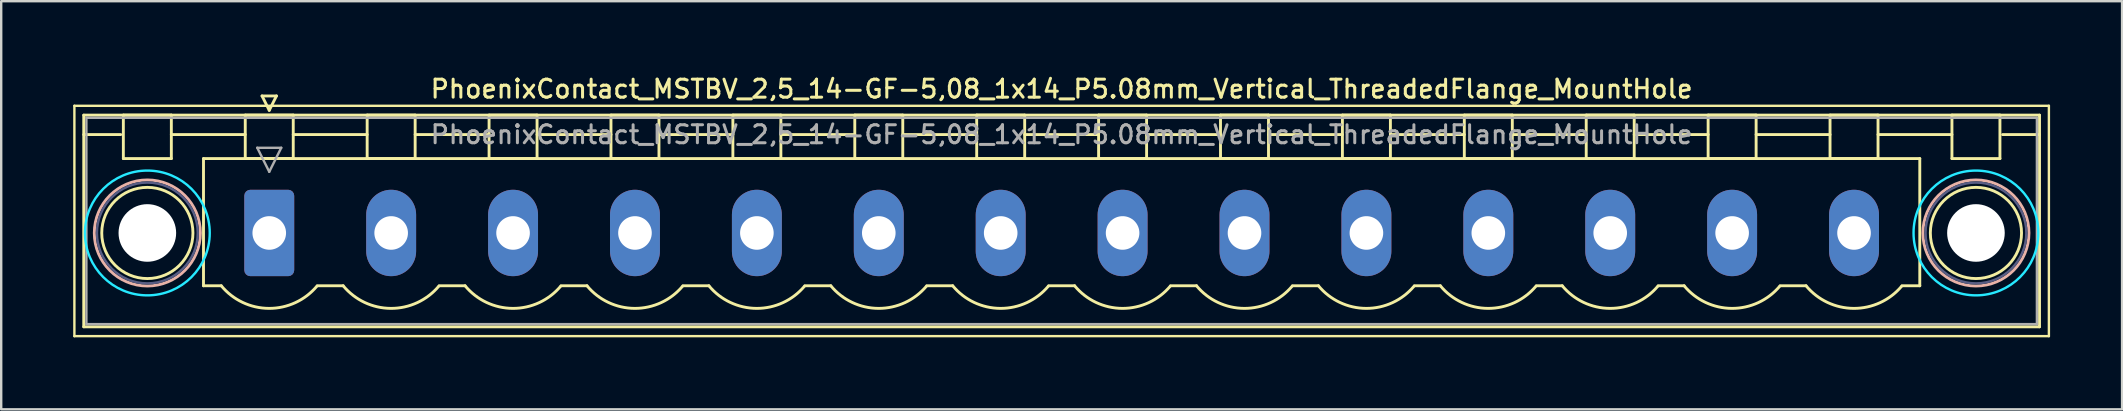
<source format=kicad_pcb>
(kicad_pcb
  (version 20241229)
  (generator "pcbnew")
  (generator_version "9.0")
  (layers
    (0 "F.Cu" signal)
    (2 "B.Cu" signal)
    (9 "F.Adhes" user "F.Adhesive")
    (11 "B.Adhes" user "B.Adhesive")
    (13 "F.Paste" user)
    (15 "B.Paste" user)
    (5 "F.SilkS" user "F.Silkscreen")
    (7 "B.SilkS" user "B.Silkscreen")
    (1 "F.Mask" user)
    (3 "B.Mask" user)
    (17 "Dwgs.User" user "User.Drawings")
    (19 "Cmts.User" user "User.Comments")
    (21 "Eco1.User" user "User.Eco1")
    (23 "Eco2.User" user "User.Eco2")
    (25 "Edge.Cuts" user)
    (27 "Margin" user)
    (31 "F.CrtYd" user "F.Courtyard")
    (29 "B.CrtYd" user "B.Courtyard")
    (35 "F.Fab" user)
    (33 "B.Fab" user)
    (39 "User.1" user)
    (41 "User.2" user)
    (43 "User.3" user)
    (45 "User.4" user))
  (footprint "PhoenixContact_MSTBV_2,5_14-GF-5,08_1x14_P5.08mm_Vertical_ThreadedFlange_MountHole"
    (layer "F.Cu")
    (at 8.17 6.658)
    (property "Reference" "PhoenixContact_MSTBV_2,5_14-GF-5,08_1x14_P5.08mm_Vertical_ThreadedFlange_MountHole" (at 33.02 -6 0) (layer "F.SilkS") (effects (font (size 0.75 0.75) (thickness 0.125))))
    (attr through_hole)
    (fp_line (start -8.12 -5.3) (end -8.12 4.3) (stroke (width 0.1) (type solid)) (layer "F.SilkS"))
    (fp_line (start -8.12 4.3) (end 74.16 4.3) (stroke (width 0.1) (type solid)) (layer "F.SilkS"))
    (fp_line (start -7.73 -4.91) (end -7.73 3.91) (stroke (width 0.12) (type solid)) (layer "F.SilkS"))
    (fp_line (start -7.73 -4.1) (end -6.19 -4.1) (stroke (width 0.12) (type solid)) (layer "F.SilkS"))
    (fp_line (start -7.73 3.91) (end 73.77 3.91) (stroke (width 0.12) (type solid)) (layer "F.SilkS"))
    (fp_line (start -6.08 -4.91) (end -4.08 -4.91) (stroke (width 0.12) (type solid)) (layer "F.SilkS"))
    (fp_line (start -6.08 -3.1) (end -6.08 -4.91) (stroke (width 0.12) (type solid)) (layer "F.SilkS"))
    (fp_line (start -4.08 -4.91) (end -4.08 -3.1) (stroke (width 0.12) (type solid)) (layer "F.SilkS"))
    (fp_line (start -4.08 -4.1) (end -1 -4.1) (stroke (width 0.12) (type solid)) (layer "F.SilkS"))
    (fp_line (start -4.08 -3.1) (end -6.08 -3.1) (stroke (width 0.12) (type solid)) (layer "F.SilkS"))
    (fp_line (start -2.74 -3.1) (end 68.78 -3.1) (stroke (width 0.12) (type solid)) (layer "F.SilkS"))
    (fp_line (start -2.74 2.2) (end -2.74 -3.1) (stroke (width 0.12) (type solid)) (layer "F.SilkS"))
    (fp_line (start -2 2.2) (end -2.74 2.2) (stroke (width 0.12) (type solid)) (layer "F.SilkS"))
    (fp_line (start -1 -4.91) (end 1 -4.91) (stroke (width 0.12) (type solid)) (layer "F.SilkS"))
    (fp_line (start -1 -3.1) (end -1 -4.91) (stroke (width 0.12) (type solid)) (layer "F.SilkS"))
    (fp_line (start -0.3 -5.71) (end 0.3 -5.71) (stroke (width 0.12) (type solid)) (layer "F.SilkS"))
    (fp_line (start 0 -5.11) (end -0.3 -5.71) (stroke (width 0.12) (type solid)) (layer "F.SilkS"))
    (fp_line (start 0.3 -5.71) (end 0 -5.11) (stroke (width 0.12) (type solid)) (layer "F.SilkS"))
    (fp_line (start 1 -4.91) (end 1 -3.1) (stroke (width 0.12) (type solid)) (layer "F.SilkS"))
    (fp_line (start 1 -4.1) (end 4.08 -4.1) (stroke (width 0.12) (type solid)) (layer "F.SilkS"))
    (fp_line (start 1 -3.1) (end -1 -3.1) (stroke (width 0.12) (type solid)) (layer "F.SilkS"))
    (fp_line (start 2 2.2) (end 3.08 2.2) (stroke (width 0.12) (type solid)) (layer "F.SilkS"))
    (fp_line (start 4.08 -4.91) (end 6.08 -4.91) (stroke (width 0.12) (type solid)) (layer "F.SilkS"))
    (fp_line (start 4.08 -3.1) (end 4.08 -4.91) (stroke (width 0.12) (type solid)) (layer "F.SilkS"))
    (fp_line (start 6.08 -4.91) (end 6.08 -3.1) (stroke (width 0.12) (type solid)) (layer "F.SilkS"))
    (fp_line (start 6.08 -4.1) (end 9.16 -4.1) (stroke (width 0.12) (type solid)) (layer "F.SilkS"))
    (fp_line (start 6.08 -3.1) (end 4.08 -3.1) (stroke (width 0.12) (type solid)) (layer "F.SilkS"))
    (fp_line (start 7.08 2.2) (end 8.16 2.2) (stroke (width 0.12) (type solid)) (layer "F.SilkS"))
    (fp_line (start 9.16 -4.91) (end 11.16 -4.91) (stroke (width 0.12) (type solid)) (layer "F.SilkS"))
    (fp_line (start 9.16 -3.1) (end 9.16 -4.91) (stroke (width 0.12) (type solid)) (layer "F.SilkS"))
    (fp_line (start 11.16 -4.91) (end 11.16 -3.1) (stroke (width 0.12) (type solid)) (layer "F.SilkS"))
    (fp_line (start 11.16 -4.1) (end 14.24 -4.1) (stroke (width 0.12) (type solid)) (layer "F.SilkS"))
    (fp_line (start 11.16 -3.1) (end 9.16 -3.1) (stroke (width 0.12) (type solid)) (layer "F.SilkS"))
    (fp_line (start 12.16 2.2) (end 13.24 2.2) (stroke (width 0.12) (type solid)) (layer "F.SilkS"))
    (fp_line (start 14.24 -4.91) (end 16.24 -4.91) (stroke (width 0.12) (type solid)) (layer "F.SilkS"))
    (fp_line (start 14.24 -3.1) (end 14.24 -4.91) (stroke (width 0.12) (type solid)) (layer "F.SilkS"))
    (fp_line (start 16.24 -4.91) (end 16.24 -3.1) (stroke (width 0.12) (type solid)) (layer "F.SilkS"))
    (fp_line (start 16.24 -4.1) (end 19.32 -4.1) (stroke (width 0.12) (type solid)) (layer "F.SilkS"))
    (fp_line (start 16.24 -3.1) (end 14.24 -3.1) (stroke (width 0.12) (type solid)) (layer "F.SilkS"))
    (fp_line (start 17.24 2.2) (end 18.32 2.2) (stroke (width 0.12) (type solid)) (layer "F.SilkS"))
    (fp_line (start 19.32 -4.91) (end 21.32 -4.91) (stroke (width 0.12) (type solid)) (layer "F.SilkS"))
    (fp_line (start 19.32 -3.1) (end 19.32 -4.91) (stroke (width 0.12) (type solid)) (layer "F.SilkS"))
    (fp_line (start 21.32 -4.91) (end 21.32 -3.1) (stroke (width 0.12) (type solid)) (layer "F.SilkS"))
    (fp_line (start 21.32 -4.1) (end 24.4 -4.1) (stroke (width 0.12) (type solid)) (layer "F.SilkS"))
    (fp_line (start 21.32 -3.1) (end 19.32 -3.1) (stroke (width 0.12) (type solid)) (layer "F.SilkS"))
    (fp_line (start 22.32 2.2) (end 23.4 2.2) (stroke (width 0.12) (type solid)) (layer "F.SilkS"))
    (fp_line (start 24.4 -4.91) (end 26.4 -4.91) (stroke (width 0.12) (type solid)) (layer "F.SilkS"))
    (fp_line (start 24.4 -3.1) (end 24.4 -4.91) (stroke (width 0.12) (type solid)) (layer "F.SilkS"))
    (fp_line (start 26.4 -4.91) (end 26.4 -3.1) (stroke (width 0.12) (type solid)) (layer "F.SilkS"))
    (fp_line (start 26.4 -4.1) (end 29.48 -4.1) (stroke (width 0.12) (type solid)) (layer "F.SilkS"))
    (fp_line (start 26.4 -3.1) (end 24.4 -3.1) (stroke (width 0.12) (type solid)) (layer "F.SilkS"))
    (fp_line (start 27.4 2.2) (end 28.48 2.2) (stroke (width 0.12) (type solid)) (layer "F.SilkS"))
    (fp_line (start 29.48 -4.91) (end 31.48 -4.91) (stroke (width 0.12) (type solid)) (layer "F.SilkS"))
    (fp_line (start 29.48 -3.1) (end 29.48 -4.91) (stroke (width 0.12) (type solid)) (layer "F.SilkS"))
    (fp_line (start 31.48 -4.91) (end 31.48 -3.1) (stroke (width 0.12) (type solid)) (layer "F.SilkS"))
    (fp_line (start 31.48 -4.1) (end 34.56 -4.1) (stroke (width 0.12) (type solid)) (layer "F.SilkS"))
    (fp_line (start 31.48 -3.1) (end 29.48 -3.1) (stroke (width 0.12) (type solid)) (layer "F.SilkS"))
    (fp_line (start 32.48 2.2) (end 33.56 2.2) (stroke (width 0.12) (type solid)) (layer "F.SilkS"))
    (fp_line (start 34.56 -4.91) (end 36.56 -4.91) (stroke (width 0.12) (type solid)) (layer "F.SilkS"))
    (fp_line (start 34.56 -3.1) (end 34.56 -4.91) (stroke (width 0.12) (type solid)) (layer "F.SilkS"))
    (fp_line (start 36.56 -4.91) (end 36.56 -3.1) (stroke (width 0.12) (type solid)) (layer "F.SilkS"))
    (fp_line (start 36.56 -4.1) (end 39.64 -4.1) (stroke (width 0.12) (type solid)) (layer "F.SilkS"))
    (fp_line (start 36.56 -3.1) (end 34.56 -3.1) (stroke (width 0.12) (type solid)) (layer "F.SilkS"))
    (fp_line (start 37.56 2.2) (end 38.64 2.2) (stroke (width 0.12) (type solid)) (layer "F.SilkS"))
    (fp_line (start 39.64 -4.91) (end 41.64 -4.91) (stroke (width 0.12) (type solid)) (layer "F.SilkS"))
    (fp_line (start 39.64 -3.1) (end 39.64 -4.91) (stroke (width 0.12) (type solid)) (layer "F.SilkS"))
    (fp_line (start 41.64 -4.91) (end 41.64 -3.1) (stroke (width 0.12) (type solid)) (layer "F.SilkS"))
    (fp_line (start 41.64 -4.1) (end 44.72 -4.1) (stroke (width 0.12) (type solid)) (layer "F.SilkS"))
    (fp_line (start 41.64 -3.1) (end 39.64 -3.1) (stroke (width 0.12) (type solid)) (layer "F.SilkS"))
    (fp_line (start 42.64 2.2) (end 43.72 2.2) (stroke (width 0.12) (type solid)) (layer "F.SilkS"))
    (fp_line (start 44.72 -4.91) (end 46.72 -4.91) (stroke (width 0.12) (type solid)) (layer "F.SilkS"))
    (fp_line (start 44.72 -3.1) (end 44.72 -4.91) (stroke (width 0.12) (type solid)) (layer "F.SilkS"))
    (fp_line (start 46.72 -4.91) (end 46.72 -3.1) (stroke (width 0.12) (type solid)) (layer "F.SilkS"))
    (fp_line (start 46.72 -4.1) (end 49.8 -4.1) (stroke (width 0.12) (type solid)) (layer "F.SilkS"))
    (fp_line (start 46.72 -3.1) (end 44.72 -3.1) (stroke (width 0.12) (type solid)) (layer "F.SilkS"))
    (fp_line (start 47.72 2.2) (end 48.8 2.2) (stroke (width 0.12) (type solid)) (layer "F.SilkS"))
    (fp_line (start 49.8 -4.91) (end 51.8 -4.91) (stroke (width 0.12) (type solid)) (layer "F.SilkS"))
    (fp_line (start 49.8 -3.1) (end 49.8 -4.91) (stroke (width 0.12) (type solid)) (layer "F.SilkS"))
    (fp_line (start 51.8 -4.91) (end 51.8 -3.1) (stroke (width 0.12) (type solid)) (layer "F.SilkS"))
    (fp_line (start 51.8 -4.1) (end 54.88 -4.1) (stroke (width 0.12) (type solid)) (layer "F.SilkS"))
    (fp_line (start 51.8 -3.1) (end 49.8 -3.1) (stroke (width 0.12) (type solid)) (layer "F.SilkS"))
    (fp_line (start 52.8 2.2) (end 53.88 2.2) (stroke (width 0.12) (type solid)) (layer "F.SilkS"))
    (fp_line (start 54.88 -4.91) (end 56.88 -4.91) (stroke (width 0.12) (type solid)) (layer "F.SilkS"))
    (fp_line (start 54.88 -3.1) (end 54.88 -4.91) (stroke (width 0.12) (type solid)) (layer "F.SilkS"))
    (fp_line (start 56.88 -4.91) (end 56.88 -3.1) (stroke (width 0.12) (type solid)) (layer "F.SilkS"))
    (fp_line (start 56.88 -4.1) (end 59.96 -4.1) (stroke (width 0.12) (type solid)) (layer "F.SilkS"))
    (fp_line (start 56.88 -3.1) (end 54.88 -3.1) (stroke (width 0.12) (type solid)) (layer "F.SilkS"))
    (fp_line (start 57.88 2.2) (end 58.96 2.2) (stroke (width 0.12) (type solid)) (layer "F.SilkS"))
    (fp_line (start 59.96 -4.91) (end 61.96 -4.91) (stroke (width 0.12) (type solid)) (layer "F.SilkS"))
    (fp_line (start 59.96 -3.1) (end 59.96 -4.91) (stroke (width 0.12) (type solid)) (layer "F.SilkS"))
    (fp_line (start 61.96 -4.91) (end 61.96 -3.1) (stroke (width 0.12) (type solid)) (layer "F.SilkS"))
    (fp_line (start 61.96 -4.1) (end 65.04 -4.1) (stroke (width 0.12) (type solid)) (layer "F.SilkS"))
    (fp_line (start 61.96 -3.1) (end 59.96 -3.1) (stroke (width 0.12) (type solid)) (layer "F.SilkS"))
    (fp_line (start 62.96 2.2) (end 64.04 2.2) (stroke (width 0.12) (type solid)) (layer "F.SilkS"))
    (fp_line (start 65.04 -4.91) (end 67.04 -4.91) (stroke (width 0.12) (type solid)) (layer "F.SilkS"))
    (fp_line (start 65.04 -3.1) (end 65.04 -4.91) (stroke (width 0.12) (type solid)) (layer "F.SilkS"))
    (fp_line (start 67.04 -4.91) (end 67.04 -3.1) (stroke (width 0.12) (type solid)) (layer "F.SilkS"))
    (fp_line (start 67.04 -4.1) (end 70.12 -4.1) (stroke (width 0.12) (type solid)) (layer "F.SilkS"))
    (fp_line (start 67.04 -3.1) (end 65.04 -3.1) (stroke (width 0.12) (type solid)) (layer "F.SilkS"))
    (fp_line (start 68.78 -3.1) (end 68.78 2.2) (stroke (width 0.12) (type solid)) (layer "F.SilkS"))
    (fp_line (start 68.78 2.2) (end 68.04 2.2) (stroke (width 0.12) (type solid)) (layer "F.SilkS"))
    (fp_line (start 70.12 -4.91) (end 72.12 -4.91) (stroke (width 0.12) (type solid)) (layer "F.SilkS"))
    (fp_line (start 70.12 -3.1) (end 70.12 -4.91) (stroke (width 0.12) (type solid)) (layer "F.SilkS"))
    (fp_line (start 72.12 -4.91) (end 72.12 -3.1) (stroke (width 0.12) (type solid)) (layer "F.SilkS"))
    (fp_line (start 72.12 -3.1) (end 70.12 -3.1) (stroke (width 0.12) (type solid)) (layer "F.SilkS"))
    (fp_line (start 73.77 -4.91) (end -7.73 -4.91) (stroke (width 0.12) (type solid)) (layer "F.SilkS"))
    (fp_line (start 73.77 -4.1) (end 72.23 -4.1) (stroke (width 0.12) (type solid)) (layer "F.SilkS"))
    (fp_line (start 73.77 3.91) (end 73.77 -4.91) (stroke (width 0.12) (type solid)) (layer "F.SilkS"))
    (fp_line (start 74.16 -5.3) (end -8.12 -5.3) (stroke (width 0.1) (type solid)) (layer "F.SilkS"))
    (fp_line (start 74.16 4.3) (end 74.16 -5.3) (stroke (width 0.1) (type solid)) (layer "F.SilkS"))
    (fp_arc (start 1.986842 2.215821) (mid -0.010289 3.142758) (end -2 2.2) (stroke (width 0.12) (type solid)) (layer "F.SilkS"))
    (fp_arc (start 7.066842 2.215821) (mid 5.069711 3.142758) (end 3.08 2.2) (stroke (width 0.12) (type solid)) (layer "F.SilkS"))
    (fp_arc (start 12.146842 2.215821) (mid 10.149711 3.142758) (end 8.16 2.2) (stroke (width 0.12) (type solid)) (layer "F.SilkS"))
    (fp_arc (start 17.226842 2.215821) (mid 15.229711 3.142758) (end 13.24 2.2) (stroke (width 0.12) (type solid)) (layer "F.SilkS"))
    (fp_arc (start 22.306842 2.215821) (mid 20.309711 3.142758) (end 18.32 2.2) (stroke (width 0.12) (type solid)) (layer "F.SilkS"))
    (fp_arc (start 27.386842 2.215821) (mid 25.389711 3.142758) (end 23.4 2.2) (stroke (width 0.12) (type solid)) (layer "F.SilkS"))
    (fp_arc (start 32.466842 2.215821) (mid 30.469711 3.142758) (end 28.48 2.2) (stroke (width 0.12) (type solid)) (layer "F.SilkS"))
    (fp_arc (start 37.546842 2.215821) (mid 35.549711 3.142758) (end 33.56 2.2) (stroke (width 0.12) (type solid)) (layer "F.SilkS"))
    (fp_arc (start 42.626842 2.215821) (mid 40.629711 3.142758) (end 38.64 2.2) (stroke (width 0.12) (type solid)) (layer "F.SilkS"))
    (fp_arc (start 47.706842 2.215821) (mid 45.709711 3.142758) (end 43.72 2.2) (stroke (width 0.12) (type solid)) (layer "F.SilkS"))
    (fp_arc (start 52.786842 2.215821) (mid 50.789711 3.142758) (end 48.8 2.2) (stroke (width 0.12) (type solid)) (layer "F.SilkS"))
    (fp_arc (start 57.866842 2.215821) (mid 55.869711 3.142758) (end 53.88 2.2) (stroke (width 0.12) (type solid)) (layer "F.SilkS"))
    (fp_arc (start 62.946842 2.215821) (mid 60.949711 3.142758) (end 58.96 2.2) (stroke (width 0.12) (type solid)) (layer "F.SilkS"))
    (fp_arc (start 68.026842 2.215821) (mid 66.029711 3.142758) (end 64.04 2.2) (stroke (width 0.12) (type solid)) (layer "F.SilkS"))
    (fp_circle (center -5.08 0) (end -3.18 0) (stroke (width 0.12) (type solid)) (fill no) (layer "F.SilkS"))
    (fp_circle (center 71.12 0) (end 73.02 0) (stroke (width 0.12) (type solid)) (fill no) (layer "F.SilkS"))
    (fp_circle (center -5.08 0) (end -2.87 0) (stroke (width 0.12) (type solid)) (fill no) (layer "B.SilkS"))
    (fp_circle (center 71.12 0) (end 73.33 0) (stroke (width 0.12) (type solid)) (fill no) (layer "B.SilkS"))
    (fp_circle (center -5.08 0) (end -2.48 0) (stroke (width 0.1) (type solid)) (fill no) (layer "B.CrtYd"))
    (fp_circle (center 71.12 0) (end 73.72 0) (stroke (width 0.1) (type solid)) (fill no) (layer "B.CrtYd"))
    (fp_circle (center -5.08 0) (end -2.98 0) (stroke (width 0.1) (type solid)) (fill no) (layer "B.Fab"))
    (fp_circle (center 71.12 0) (end 73.22 0) (stroke (width 0.1) (type solid)) (fill no) (layer "B.Fab"))
    (fp_line (start -7.62 -4.8) (end -7.62 3.8) (stroke (width 0.1) (type solid)) (layer "F.Fab"))
    (fp_line (start -7.62 3.8) (end 73.66 3.8) (stroke (width 0.1) (type solid)) (layer "F.Fab"))
    (fp_line (start -0.5 -3.55) (end 0.5 -3.55) (stroke (width 0.1) (type solid)) (layer "F.Fab"))
    (fp_line (start 0 -2.55) (end -0.5 -3.55) (stroke (width 0.1) (type solid)) (layer "F.Fab"))
    (fp_line (start 0.5 -3.55) (end 0 -2.55) (stroke (width 0.1) (type solid)) (layer "F.Fab"))
    (fp_line (start 73.66 -4.8) (end -7.62 -4.8) (stroke (width 0.1) (type solid)) (layer "F.Fab"))
    (fp_line (start 73.66 3.8) (end 73.66 -4.8) (stroke (width 0.1) (type solid)) (layer "F.Fab"))
    (fp_text user "${REFERENCE}" (at 33.02 -4.1 0) (layer "F.Fab") (effects (font (size 0.75 0.75) (thickness 0.125))))
    (pad "" np_thru_hole circle (at -5.08 0) (size 2.4 2.4) (drill 2.4) (layers "*.Cu" "*.Mask"))
    (pad "" np_thru_hole circle (at 71.12 0) (size 2.4 2.4) (drill 2.4) (layers "*.Cu" "*.Mask"))
    (pad "1" thru_hole roundrect (at 0 0) (size 2.08 3.6) (drill 1.4) (layers "*.Cu" "*.Mask") (roundrect_rratio 0.12))
    (pad "2" thru_hole oval (at 5.08 0) (size 2.08 3.6) (drill 1.4) (layers "*.Cu" "*.Mask"))
    (pad "3" thru_hole oval (at 10.16 0) (size 2.08 3.6) (drill 1.4) (layers "*.Cu" "*.Mask"))
    (pad "4" thru_hole oval (at 15.24 0) (size 2.08 3.6) (drill 1.4) (layers "*.Cu" "*.Mask"))
    (pad "5" thru_hole oval (at 20.32 0) (size 2.08 3.6) (drill 1.4) (layers "*.Cu" "*.Mask"))
    (pad "6" thru_hole oval (at 25.4 0) (size 2.08 3.6) (drill 1.4) (layers "*.Cu" "*.Mask"))
    (pad "7" thru_hole oval (at 30.48 0) (size 2.08 3.6) (drill 1.4) (layers "*.Cu" "*.Mask"))
    (pad "8" thru_hole oval (at 35.56 0) (size 2.08 3.6) (drill 1.4) (layers "*.Cu" "*.Mask"))
    (pad "9" thru_hole oval (at 40.64 0) (size 2.08 3.6) (drill 1.4) (layers "*.Cu" "*.Mask"))
    (pad "10" thru_hole oval (at 45.72 0) (size 2.08 3.6) (drill 1.4) (layers "*.Cu" "*.Mask"))
    (pad "11" thru_hole oval (at 50.8 0) (size 2.08 3.6) (drill 1.4) (layers "*.Cu" "*.Mask"))
    (pad "12" thru_hole oval (at 55.88 0) (size 2.08 3.6) (drill 1.4) (layers "*.Cu" "*.Mask"))
    (pad "13" thru_hole oval (at 60.96 0) (size 2.08 3.6) (drill 1.4) (layers "*.Cu" "*.Mask"))
    (pad "14" thru_hole oval (at 66.04 0) (size 2.08 3.6) (drill 1.4) (layers "*.Cu" "*.Mask")))
  (gr_rect
    (start -3 -3)
    (end 85.38 14.008)
    (stroke (width 0.1) (type default))
    (fill no)
    (layer "Edge.Cuts")))
</source>
